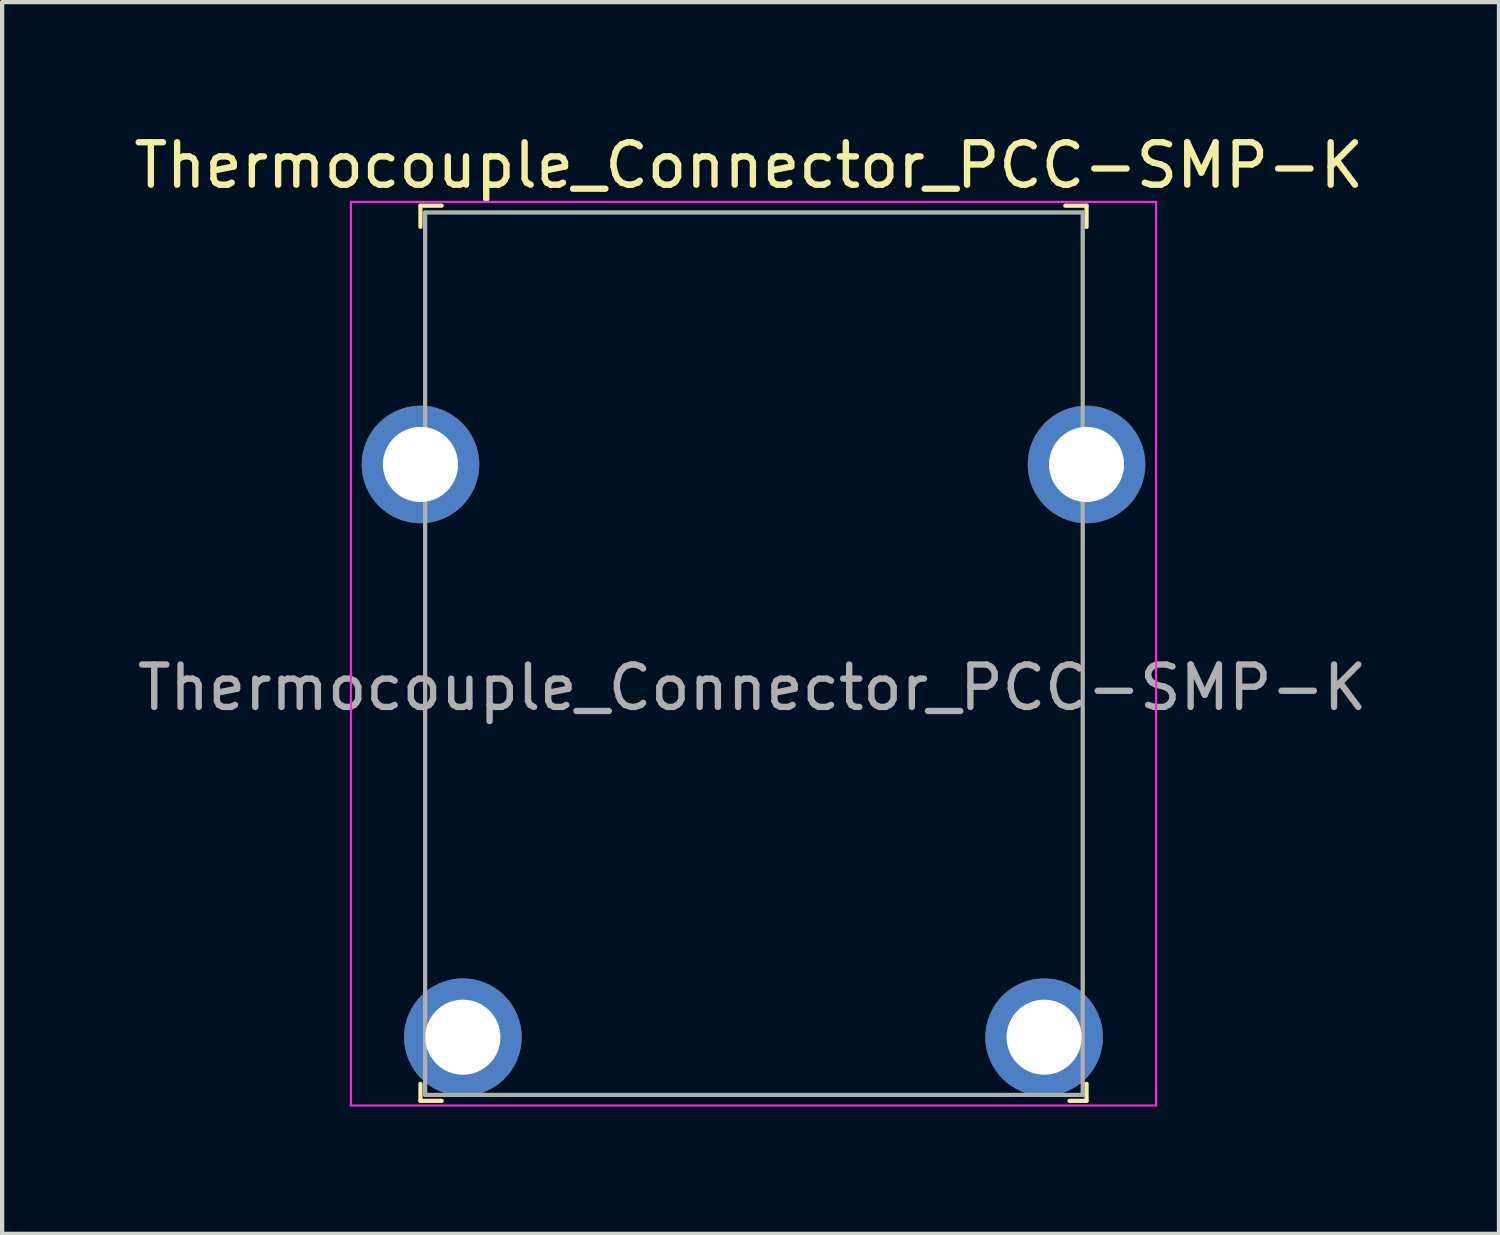
<source format=kicad_pcb>
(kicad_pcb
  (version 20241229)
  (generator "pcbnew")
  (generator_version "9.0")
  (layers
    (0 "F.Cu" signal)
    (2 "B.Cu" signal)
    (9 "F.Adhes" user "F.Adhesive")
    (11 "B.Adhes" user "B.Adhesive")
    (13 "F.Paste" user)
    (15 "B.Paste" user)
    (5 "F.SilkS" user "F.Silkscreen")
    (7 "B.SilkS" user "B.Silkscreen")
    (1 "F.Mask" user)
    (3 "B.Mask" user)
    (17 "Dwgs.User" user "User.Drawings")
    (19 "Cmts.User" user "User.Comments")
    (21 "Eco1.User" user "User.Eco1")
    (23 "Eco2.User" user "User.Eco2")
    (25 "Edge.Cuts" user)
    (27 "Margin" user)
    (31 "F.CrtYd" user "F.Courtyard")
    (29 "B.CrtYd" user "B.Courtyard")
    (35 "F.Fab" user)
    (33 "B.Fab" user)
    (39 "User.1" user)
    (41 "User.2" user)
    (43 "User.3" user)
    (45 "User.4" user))
  (footprint "Thermocouple_Connector_PCC-SMP-K"
    (layer "F.Cu")
    (at 6.861 7.898)
    (property "Reference" "Thermocouple_Connector_PCC-SMP-K" (at 7.74 -7.05 0) (layer "F.SilkS") (effects (font (size 1 1) (thickness 0.15))))
    (attr through_hole)
    (fp_line (start 0 -6.1) (end 0 -5.6) (stroke (width 0.1) (type solid)) (layer "F.SilkS"))
    (fp_line (start 0 -6.1) (end 0.5 -6.1) (stroke (width 0.1) (type solid)) (layer "F.SilkS"))
    (fp_line (start 0 14.6) (end 0 15) (stroke (width 0.1) (type solid)) (layer "F.SilkS"))
    (fp_line (start 0 15) (end 0.5 15) (stroke (width 0.1) (type solid)) (layer "F.SilkS"))
    (fp_line (start 15.7 -6.1) (end 15.2 -6.1) (stroke (width 0.1) (type solid)) (layer "F.SilkS"))
    (fp_line (start 15.7 -6.1) (end 15.7 -5.6) (stroke (width 0.1) (type solid)) (layer "F.SilkS"))
    (fp_line (start 15.7 14.6) (end 15.7 15) (stroke (width 0.1) (type solid)) (layer "F.SilkS"))
    (fp_line (start 15.7 15) (end 15.3 15) (stroke (width 0.1) (type solid)) (layer "F.SilkS"))
    (fp_line (start -1.64 15.11) (end -1.64 -6.19) (stroke (width 0.05) (type solid)) (layer "F.CrtYd"))
    (fp_line (start 17.34 -6.19) (end -1.64 -6.19) (stroke (width 0.05) (type solid)) (layer "F.CrtYd"))
    (fp_line (start 17.34 15.11) (end -1.64 15.11) (stroke (width 0.05) (type solid)) (layer "F.CrtYd"))
    (fp_line (start 17.34 15.11) (end 17.34 -6.19) (stroke (width 0.05) (type solid)) (layer "F.CrtYd"))
    (fp_line (start 0.11 -5.94) (end 0.11 14.86) (stroke (width 0.1) (type solid)) (layer "F.Fab"))
    (fp_line (start 0.11 -5.94) (end 15.61 -5.94) (stroke (width 0.1) (type solid)) (layer "F.Fab"))
    (fp_line (start 0.11 14.86) (end 15.61 14.86) (stroke (width 0.1) (type solid)) (layer "F.Fab"))
    (fp_line (start 15.61 -5.94) (end 15.61 14.86) (stroke (width 0.1) (type solid)) (layer "F.Fab"))
    (fp_text user "${REFERENCE}" (at 7.82 5.26 0) (layer "F.Fab") (effects (font (size 1 1) (thickness 0.15))))
    (pad "" thru_hole circle (at 0 0) (size 2.77 2.77) (drill 1.77) (layers "*.Cu" "*.Mask"))
    (pad "" thru_hole circle (at 15.7 0) (size 2.77 2.77) (drill 1.77) (layers "*.Cu" "*.Mask"))
    (pad "+" thru_hole circle (at 1 13.5) (size 2.77 2.77) (drill 1.77) (layers "*.Cu" "*.Mask"))
    (pad "-" thru_hole circle (at 14.7 13.5) (size 2.77 2.77) (drill 1.77) (layers "*.Cu" "*.Mask")))
  (gr_rect
    (start -3 -3)
    (end 32.282 26.033)
    (stroke (width 0.1) (type default))
    (fill no)
    (layer "Edge.Cuts")))
</source>
